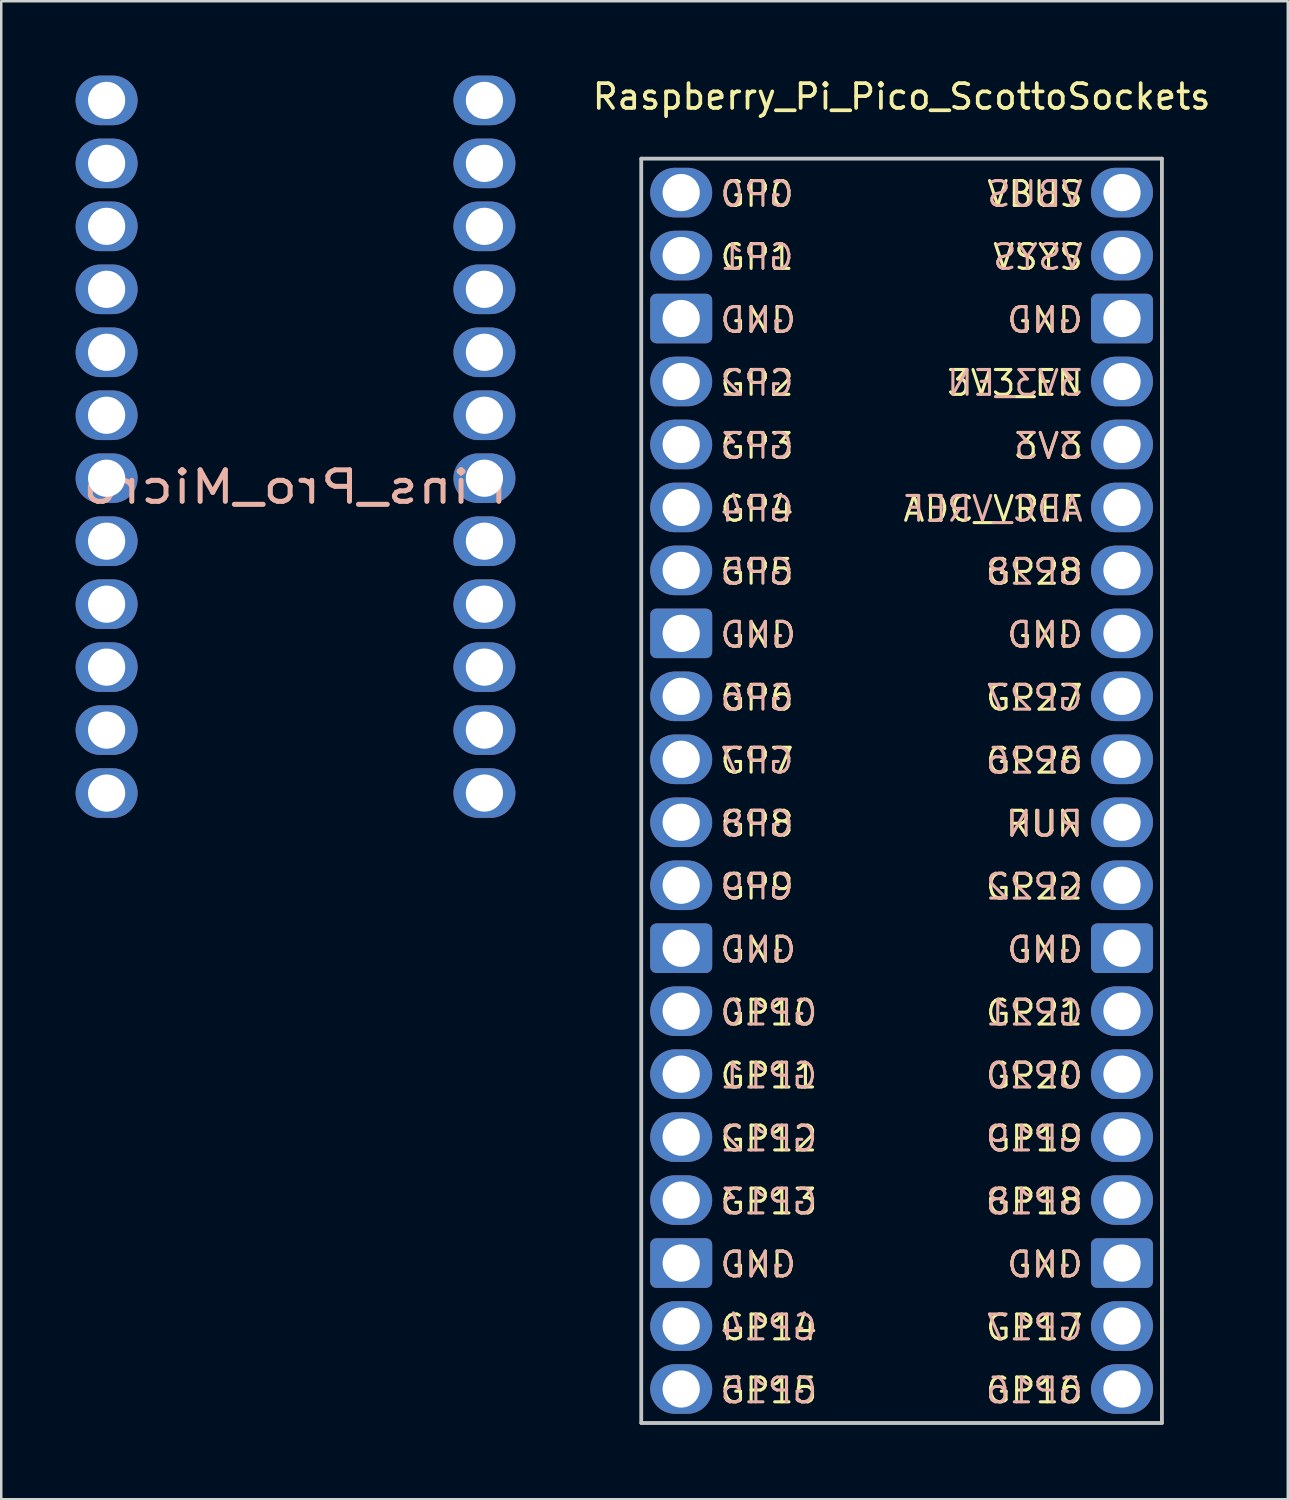
<source format=kicad_pcb>
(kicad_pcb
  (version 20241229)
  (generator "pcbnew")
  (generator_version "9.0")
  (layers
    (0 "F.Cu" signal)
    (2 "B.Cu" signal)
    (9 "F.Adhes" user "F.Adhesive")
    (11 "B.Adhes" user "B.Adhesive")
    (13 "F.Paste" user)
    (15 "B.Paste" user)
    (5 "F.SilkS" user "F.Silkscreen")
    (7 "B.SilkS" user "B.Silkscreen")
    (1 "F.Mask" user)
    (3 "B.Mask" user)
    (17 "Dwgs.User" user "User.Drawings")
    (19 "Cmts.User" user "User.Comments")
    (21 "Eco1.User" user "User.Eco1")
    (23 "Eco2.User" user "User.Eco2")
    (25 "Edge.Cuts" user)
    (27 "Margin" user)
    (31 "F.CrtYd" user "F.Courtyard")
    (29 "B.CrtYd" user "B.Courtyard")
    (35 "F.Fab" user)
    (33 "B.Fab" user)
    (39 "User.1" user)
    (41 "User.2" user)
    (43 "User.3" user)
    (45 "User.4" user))
  (footprint "Pins_Pro_Micro"
    (layer "F.Cu")
    (at 8.87 14.97)
    (property "Reference" "Pins_Pro_Micro" (at 0 1.625 0) (layer "B.SilkS") (effects (font (size 1.27 1.524) (thickness 0.203)) (justify mirror)))
    (attr through_hole)
    (pad "" thru_hole oval (at -7.62 -13.97 90) (size 2 2.5) (drill 1.5) (layers "*.Cu" "*.Mask"))
    (pad "" thru_hole oval (at -7.62 -11.43 90) (size 2 2.5) (drill 1.5) (layers "*.Cu" "*.Mask"))
    (pad "" thru_hole oval (at -7.62 -8.89 90) (size 2 2.5) (drill 1.5) (layers "*.Cu" "*.Mask"))
    (pad "" thru_hole oval (at -7.62 -6.35 90) (size 2 2.5) (drill 1.5) (layers "*.Cu" "*.Mask"))
    (pad "" thru_hole oval (at -7.62 -3.81 90) (size 2 2.5) (drill 1.5) (layers "*.Cu" "*.Mask"))
    (pad "" thru_hole oval (at -7.62 -1.27 90) (size 2 2.5) (drill 1.5) (layers "*.Cu" "*.Mask"))
    (pad "" thru_hole oval (at -7.62 1.27 90) (size 2 2.5) (drill 1.5) (layers "*.Cu" "*.Mask"))
    (pad "" thru_hole oval (at -7.62 3.81 90) (size 2 2.5) (drill 1.5) (layers "*.Cu" "*.Mask"))
    (pad "" thru_hole oval (at -7.62 6.35 90) (size 2 2.5) (drill 1.5) (layers "*.Cu" "*.Mask"))
    (pad "" thru_hole oval (at -7.62 8.89 90) (size 2 2.5) (drill 1.5) (layers "*.Cu" "*.Mask"))
    (pad "" thru_hole oval (at -7.62 11.43 90) (size 2 2.5) (drill 1.5) (layers "*.Cu" "*.Mask"))
    (pad "" thru_hole oval (at -7.62 13.97 90) (size 2 2.5) (drill 1.5) (layers "*.Cu" "*.Mask"))
    (pad "" thru_hole oval (at 7.62 -13.97 90) (size 2 2.5) (drill 1.5) (layers "*.Cu" "*.Mask"))
    (pad "" thru_hole oval (at 7.62 -11.43 90) (size 2 2.5) (drill 1.5) (layers "*.Cu" "*.Mask"))
    (pad "" thru_hole oval (at 7.62 -8.89 90) (size 2 2.5) (drill 1.5) (layers "*.Cu" "*.Mask"))
    (pad "" thru_hole oval (at 7.62 -6.35 90) (size 2 2.5) (drill 1.5) (layers "*.Cu" "*.Mask"))
    (pad "" thru_hole oval (at 7.62 -3.81 90) (size 2 2.5) (drill 1.5) (layers "*.Cu" "*.Mask"))
    (pad "" thru_hole oval (at 7.62 -1.27 90) (size 2 2.5) (drill 1.5) (layers "*.Cu" "*.Mask"))
    (pad "" thru_hole oval (at 7.62 1.27 90) (size 2 2.5) (drill 1.5) (layers "*.Cu" "*.Mask"))
    (pad "" thru_hole oval (at 7.62 3.81 90) (size 2 2.5) (drill 1.5) (layers "*.Cu" "*.Mask"))
    (pad "" thru_hole oval (at 7.62 6.35 90) (size 2 2.5) (drill 1.5) (layers "*.Cu" "*.Mask"))
    (pad "" thru_hole oval (at 7.62 8.89 90) (size 2 2.5) (drill 1.5) (layers "*.Cu" "*.Mask"))
    (pad "" thru_hole oval (at 7.62 11.43 90) (size 2 2.5) (drill 1.5) (layers "*.Cu" "*.Mask"))
    (pad "" thru_hole oval (at 7.62 13.97 90) (size 2 2.5) (drill 1.5) (layers "*.Cu" "*.Mask")))
  (footprint "Raspberry_Pi_Pico_ScottoSockets"
    (layer "F.Cu")
    (at 33.317 28.848)
    (property "Reference" "Raspberry_Pi_Pico_ScottoSockets" (at 0 -28 0) (layer "F.SilkS") (effects (font (size 1 1) (thickness 0.15))))
    (attr through_hole)
    (fp_line (start -10.5 -25.5) (end -10.5 25.5) (stroke (width 0.15) (type solid)) (layer "Dwgs.User"))
    (fp_line (start -10.5 -25.5) (end 10.5 -25.5) (stroke (width 0.15) (type solid)) (layer "Dwgs.User"))
    (fp_line (start 10.5 -25.5) (end 10.5 25.5) (stroke (width 0.15) (type solid)) (layer "Dwgs.User"))
    (fp_line (start 10.5 25.5) (end -10.5 25.5) (stroke (width 0.15) (type solid)) (layer "Dwgs.User"))
    (fp_line (start -10.5 -25.5) (end 10.5 -25.5) (stroke (width 0.12) (type solid)) (layer "F.Fab"))
    (fp_line (start -10.5 25.5) (end -10.5 -25.5) (stroke (width 0.12) (type solid)) (layer "F.Fab"))
    (fp_line (start 10.5 -25.5) (end 10.5 25.5) (stroke (width 0.12) (type solid)) (layer "F.Fab"))
    (fp_line (start 10.5 25.5) (end -10.5 25.5) (stroke (width 0.12) (type solid)) (layer "F.Fab"))
    (fp_text user "GP12" (at -7.39 14.03 0) (unlocked yes) (layer "F.SilkS") (effects (font (size 1 1) (thickness 0.125)) (justify left)))
    (fp_text user "GP17" (at 7.39 21.65 0) (unlocked yes) (layer "F.SilkS") (effects (font (size 1 1) (thickness 0.125)) (justify right)))
    (fp_text user "GP6" (at -7.39 -3.75 0) (unlocked yes) (layer "F.SilkS") (effects (font (size 1 1) (thickness 0.125)) (justify left)))
    (fp_text user "GP2" (at -7.39 -16.45 0) (unlocked yes) (layer "F.SilkS") (effects (font (size 1 1) (thickness 0.125)) (justify left)))
    (fp_text user "GP15" (at -7.39 24.19 0) (unlocked yes) (layer "F.SilkS") (effects (font (size 1 1) (thickness 0.125)) (justify left)))
    (fp_text user "GP9" (at -7.39 3.87 0) (unlocked yes) (layer "F.SilkS") (effects (font (size 1 1) (thickness 0.125)) (justify left)))
    (fp_text user "ADC_VREF" (at 7.39 -11.37 0) (unlocked yes) (layer "F.SilkS") (effects (font (size 1 1) (thickness 0.125)) (justify right)))
    (fp_text user "GND" (at 7.39 19.11 0) (unlocked yes) (layer "F.SilkS") (effects (font (size 1 1) (thickness 0.125)) (justify right)))
    (fp_text user "3V3" (at 7.39 -13.91 0) (unlocked yes) (layer "F.SilkS") (effects (font (size 1 1) (thickness 0.125)) (justify right)))
    (fp_text user "GP21" (at 7.39 8.95 0) (unlocked yes) (layer "F.SilkS") (effects (font (size 1 1) (thickness 0.125)) (justify right)))
    (fp_text user "GND" (at -7.39 19.11 0) (unlocked yes) (layer "F.SilkS") (effects (font (size 1 1) (thickness 0.125)) (justify left)))
    (fp_text user "GND" (at 7.39 -6.29 0) (unlocked yes) (layer "F.SilkS") (effects (font (size 1 1) (thickness 0.125)) (justify right)))
    (fp_text user "GP22" (at 7.39 3.87 0) (unlocked yes) (layer "F.SilkS") (effects (font (size 1 1) (thickness 0.125)) (justify right)))
    (fp_text user "GP14" (at -7.39 21.65 0) (unlocked yes) (layer "F.SilkS") (effects (font (size 1 1) (thickness 0.125)) (justify left)))
    (fp_text user "VSYS" (at 7.39 -21.53 0) (unlocked yes) (layer "F.SilkS") (effects (font (size 1 1) (thickness 0.125)) (justify right)))
    (fp_text user "GP7" (at -7.39 -1.21 0) (unlocked yes) (layer "F.SilkS") (effects (font (size 1 1) (thickness 0.125)) (justify left)))
    (fp_text user "GP5" (at -7.39 -8.83 0) (unlocked yes) (layer "F.SilkS") (effects (font (size 1 1) (thickness 0.125)) (justify left)))
    (fp_text user "GP20" (at 7.39 11.49 0) (unlocked yes) (layer "F.SilkS") (effects (font (size 1 1) (thickness 0.125)) (justify right)))
    (fp_text user "GP11" (at -7.39 11.49 0) (unlocked yes) (layer "F.SilkS") (effects (font (size 1 1) (thickness 0.125)) (justify left)))
    (fp_text user "GP27" (at 7.39 -3.75 0) (unlocked yes) (layer "F.SilkS") (effects (font (size 1 1) (thickness 0.125)) (justify right)))
    (fp_text user "GP16" (at 7.39 24.19 0) (unlocked yes) (layer "F.SilkS") (effects (font (size 1 1) (thickness 0.125)) (justify right)))
    (fp_text user "RUN" (at 7.39 1.33 0) (unlocked yes) (layer "F.SilkS") (effects (font (size 1 1) (thickness 0.125)) (justify right)))
    (fp_text user "GP13" (at -7.39 16.57 0) (unlocked yes) (layer "F.SilkS") (effects (font (size 1 1) (thickness 0.125)) (justify left)))
    (fp_text user "GND" (at -7.39 -18.99 0) (unlocked yes) (layer "F.SilkS") (effects (font (size 1 1) (thickness 0.125)) (justify left)))
    (fp_text user "GP0" (at -7.39 -24.07 0) (unlocked yes) (layer "F.SilkS") (effects (font (size 1 1) (thickness 0.125)) (justify left)))
    (fp_text user "GP10" (at -7.39 8.95 0) (unlocked yes) (layer "F.SilkS") (effects (font (size 1 1) (thickness 0.125)) (justify left)))
    (fp_text user "GP1" (at -7.39 -21.53 0) (unlocked yes) (layer "F.SilkS") (effects (font (size 1 1) (thickness 0.125)) (justify left)))
    (fp_text user "GP8" (at -7.39 1.33 0) (unlocked yes) (layer "F.SilkS") (effects (font (size 1 1) (thickness 0.125)) (justify left)))
    (fp_text user "GP3" (at -7.39 -13.91 0) (unlocked yes) (layer "F.SilkS") (effects (font (size 1 1) (thickness 0.125)) (justify left)))
    (fp_text user "GP28" (at 7.39 -8.83 0) (unlocked yes) (layer "F.SilkS") (effects (font (size 1 1) (thickness 0.125)) (justify right)))
    (fp_text user "GND" (at 7.39 -18.99 0) (unlocked yes) (layer "F.SilkS") (effects (font (size 1 1) (thickness 0.125)) (justify right)))
    (fp_text user "3V3_EN" (at 7.39 -16.45 0) (unlocked yes) (layer "F.SilkS") (effects (font (size 1 1) (thickness 0.125)) (justify right)))
    (fp_text user "GND" (at -7.39 6.41 0) (unlocked yes) (layer "F.SilkS") (effects (font (size 1 1) (thickness 0.125)) (justify left)))
    (fp_text user "GND" (at -7.39 -6.29 0) (unlocked yes) (layer "F.SilkS") (effects (font (size 1 1) (thickness 0.125)) (justify left)))
    (fp_text user "GP26" (at 7.39 -1.21 0) (unlocked yes) (layer "F.SilkS") (effects (font (size 1 1) (thickness 0.125)) (justify right)))
    (fp_text user "VBUS" (at 7.39 -24.07 0) (unlocked yes) (layer "F.SilkS") (effects (font (size 1 1) (thickness 0.125)) (justify right)))
    (fp_text user "GP4" (at -7.39 -11.37 0) (unlocked yes) (layer "F.SilkS") (effects (font (size 1 1) (thickness 0.125)) (justify left)))
    (fp_text user "GP18" (at 7.39 16.57 0) (unlocked yes) (layer "F.SilkS") (effects (font (size 1 1) (thickness 0.125)) (justify right)))
    (fp_text user "GP19" (at 7.39 14.03 0) (unlocked yes) (layer "F.SilkS") (effects (font (size 1 1) (thickness 0.125)) (justify right)))
    (fp_text user "GND" (at 7.39 6.41 0) (unlocked yes) (layer "F.SilkS") (effects (font (size 1 1) (thickness 0.125)) (justify right)))
    (fp_text user "GND" (at 7.39 -18.99 0) (unlocked yes) (layer "B.SilkS") (effects (font (size 1 1) (thickness 0.125)) (justify left mirror)))
    (fp_text user "GND" (at -7.39 6.41 0) (unlocked yes) (layer "B.SilkS") (effects (font (size 1 1) (thickness 0.125)) (justify right mirror)))
    (fp_text user "3V3" (at 7.39 -13.91 0) (unlocked yes) (layer "B.SilkS") (effects (font (size 1 1) (thickness 0.125)) (justify left mirror)))
    (fp_text user "GP1" (at -7.39 -21.53 0) (unlocked yes) (layer "B.SilkS") (effects (font (size 1 1) (thickness 0.125)) (justify right mirror)))
    (fp_text user "GND" (at -7.39 -6.29 0) (unlocked yes) (layer "B.SilkS") (effects (font (size 1 1) (thickness 0.125)) (justify right mirror)))
    (fp_text user "GP15" (at -7.39 24.19 0) (unlocked yes) (layer "B.SilkS") (effects (font (size 1 1) (thickness 0.125)) (justify right mirror)))
    (fp_text user "GP14" (at -7.39 21.65 0) (unlocked yes) (layer "B.SilkS") (effects (font (size 1 1) (thickness 0.125)) (justify right mirror)))
    (fp_text user "GP19" (at 7.39 14.03 0) (unlocked yes) (layer "B.SilkS") (effects (font (size 1 1) (thickness 0.125)) (justify left mirror)))
    (fp_text user "VBUS" (at 7.39 -24.07 0) (unlocked yes) (layer "B.SilkS") (effects (font (size 1 1) (thickness 0.125)) (justify left mirror)))
    (fp_text user "GP17" (at 7.39 21.65 0) (unlocked yes) (layer "B.SilkS") (effects (font (size 1 1) (thickness 0.125)) (justify left mirror)))
    (fp_text user "GP5" (at -7.39 -8.83 0) (unlocked yes) (layer "B.SilkS") (effects (font (size 1 1) (thickness 0.125)) (justify right mirror)))
    (fp_text user "GP12" (at -7.39 14.03 0) (unlocked yes) (layer "B.SilkS") (effects (font (size 1 1) (thickness 0.125)) (justify right mirror)))
    (fp_text user "GP0" (at -7.39 -24.07 0) (unlocked yes) (layer "B.SilkS") (effects (font (size 1 1) (thickness 0.125)) (justify right mirror)))
    (fp_text user "GND" (at 7.39 -6.29 0) (unlocked yes) (layer "B.SilkS") (effects (font (size 1 1) (thickness 0.125)) (justify left mirror)))
    (fp_text user "GP7" (at -7.39 -1.21 0) (unlocked yes) (layer "B.SilkS") (effects (font (size 1 1) (thickness 0.125)) (justify right mirror)))
    (fp_text user "GP22" (at 7.39 3.87 0) (unlocked yes) (layer "B.SilkS") (effects (font (size 1 1) (thickness 0.125)) (justify left mirror)))
    (fp_text user "GND" (at -7.39 -18.99 0) (unlocked yes) (layer "B.SilkS") (effects (font (size 1 1) (thickness 0.125)) (justify right mirror)))
    (fp_text user "RUN" (at 7.39 1.33 0) (unlocked yes) (layer "B.SilkS") (effects (font (size 1 1) (thickness 0.125)) (justify left mirror)))
    (fp_text user "GP4" (at -7.39 -11.37 0) (unlocked yes) (layer "B.SilkS") (effects (font (size 1 1) (thickness 0.125)) (justify right mirror)))
    (fp_text user "VSYS" (at 7.39 -21.53 0) (unlocked yes) (layer "B.SilkS") (effects (font (size 1 1) (thickness 0.125)) (justify left mirror)))
    (fp_text user "GP18" (at 7.39 16.57 0) (unlocked yes) (layer "B.SilkS") (effects (font (size 1 1) (thickness 0.125)) (justify left mirror)))
    (fp_text user "GP27" (at 7.39 -3.75 0) (unlocked yes) (layer "B.SilkS") (effects (font (size 1 1) (thickness 0.125)) (justify left mirror)))
    (fp_text user "GP28" (at 7.39 -8.83 0) (unlocked yes) (layer "B.SilkS") (effects (font (size 1 1) (thickness 0.125)) (justify left mirror)))
    (fp_text user "GP2" (at -7.39 -16.45 0) (unlocked yes) (layer "B.SilkS") (effects (font (size 1 1) (thickness 0.125)) (justify right mirror)))
    (fp_text user "GP26" (at 7.39 -1.21 0) (unlocked yes) (layer "B.SilkS") (effects (font (size 1 1) (thickness 0.125)) (justify left mirror)))
    (fp_text user "GP10" (at -7.39 8.95 0) (unlocked yes) (layer "B.SilkS") (effects (font (size 1 1) (thickness 0.125)) (justify right mirror)))
    (fp_text user "GND" (at 7.39 19.11 0) (unlocked yes) (layer "B.SilkS") (effects (font (size 1 1) (thickness 0.125)) (justify left mirror)))
    (fp_text user "GP3" (at -7.39 -13.91 0) (unlocked yes) (layer "B.SilkS") (effects (font (size 1 1) (thickness 0.125)) (justify right mirror)))
    (fp_text user "GP21" (at 7.39 8.95 0) (unlocked yes) (layer "B.SilkS") (effects (font (size 1 1) (thickness 0.125)) (justify left mirror)))
    (fp_text user "ADC_VREF" (at 7.39 -11.37 0) (unlocked yes) (layer "B.SilkS") (effects (font (size 1 1) (thickness 0.125)) (justify left mirror)))
    (fp_text user "GP16" (at 7.39 24.19 0) (unlocked yes) (layer "B.SilkS") (effects (font (size 1 1) (thickness 0.125)) (justify left mirror)))
    (fp_text user "GP9" (at -7.39 3.87 0) (unlocked yes) (layer "B.SilkS") (effects (font (size 1 1) (thickness 0.125)) (justify right mirror)))
    (fp_text user "GP20" (at 7.39 11.49 0) (unlocked yes) (layer "B.SilkS") (effects (font (size 1 1) (thickness 0.125)) (justify left mirror)))
    (fp_text user "GP8" (at -7.39 1.33 0) (unlocked yes) (layer "B.SilkS") (effects (font (size 1 1) (thickness 0.125)) (justify right mirror)))
    (fp_text user "3V3_EN" (at 7.39 -16.45 0) (unlocked yes) (layer "B.SilkS") (effects (font (size 1 1) (thickness 0.125)) (justify left mirror)))
    (fp_text user "GP6" (at -7.39 -3.75 0) (unlocked yes) (layer "B.SilkS") (effects (font (size 1 1) (thickness 0.125)) (justify right mirror)))
    (fp_text user "GND" (at 7.39 6.41 0) (unlocked yes) (layer "B.SilkS") (effects (font (size 1 1) (thickness 0.125)) (justify left mirror)))
    (fp_text user "GND" (at -7.39 19.11 0) (unlocked yes) (layer "B.SilkS") (effects (font (size 1 1) (thickness 0.125)) (justify right mirror)))
    (fp_text user "GP11" (at -7.39 11.49 0) (unlocked yes) (layer "B.SilkS") (effects (font (size 1 1) (thickness 0.125)) (justify right mirror)))
    (fp_text user "GP13" (at -7.39 16.57 0) (unlocked yes) (layer "B.SilkS") (effects (font (size 1 1) (thickness 0.125)) (justify right mirror)))
    (pad "1" thru_hole oval (at -8.89 -24.13) (size 2.5 2) (drill 1.5) (layers "*.Cu" "*.Mask"))
    (pad "2" thru_hole oval (at -8.89 -21.59) (size 2.5 2) (drill 1.5) (layers "*.Cu" "*.Mask"))
    (pad "3" thru_hole roundrect (at -8.89 -19.05) (size 2.5 2) (drill 1.5) (layers "*.Cu" "*.Mask") (roundrect_rratio 0.125))
    (pad "4" thru_hole oval (at -8.89 -16.51) (size 2.5 2) (drill 1.5) (layers "*.Cu" "*.Mask"))
    (pad "5" thru_hole oval (at -8.89 -13.97) (size 2.5 2) (drill 1.5) (layers "*.Cu" "*.Mask"))
    (pad "6" thru_hole oval (at -8.89 -11.43) (size 2.5 2) (drill 1.5) (layers "*.Cu" "*.Mask"))
    (pad "7" thru_hole oval (at -8.89 -8.89) (size 2.5 2) (drill 1.5) (layers "*.Cu" "*.Mask"))
    (pad "8" thru_hole roundrect (at -8.89 -6.35) (size 2.5 2) (drill 1.5) (layers "*.Cu" "*.Mask") (roundrect_rratio 0.125))
    (pad "9" thru_hole oval (at -8.89 -3.81) (size 2.5 2) (drill 1.5) (layers "*.Cu" "*.Mask"))
    (pad "10" thru_hole oval (at -8.89 -1.27) (size 2.5 2) (drill 1.5) (layers "*.Cu" "*.Mask"))
    (pad "11" thru_hole oval (at -8.89 1.27) (size 2.5 2) (drill 1.5) (layers "*.Cu" "*.Mask"))
    (pad "12" thru_hole oval (at -8.89 3.81) (size 2.5 2) (drill 1.5) (layers "*.Cu" "*.Mask"))
    (pad "13" thru_hole roundrect (at -8.89 6.35) (size 2.5 2) (drill 1.5) (layers "*.Cu" "*.Mask") (roundrect_rratio 0.125))
    (pad "14" thru_hole oval (at -8.89 8.89) (size 2.5 2) (drill 1.5) (layers "*.Cu" "*.Mask"))
    (pad "15" thru_hole oval (at -8.89 11.43) (size 2.5 2) (drill 1.5) (layers "*.Cu" "*.Mask"))
    (pad "16" thru_hole oval (at -8.89 13.97) (size 2.5 2) (drill 1.5) (layers "*.Cu" "*.Mask"))
    (pad "17" thru_hole oval (at -8.89 16.51) (size 2.5 2) (drill 1.5) (layers "*.Cu" "*.Mask"))
    (pad "18" thru_hole roundrect (at -8.89 19.05) (size 2.5 2) (drill 1.5) (layers "*.Cu" "*.Mask") (roundrect_rratio 0.125))
    (pad "19" thru_hole oval (at -8.89 21.59) (size 2.5 2) (drill 1.5) (layers "*.Cu" "*.Mask"))
    (pad "20" thru_hole oval (at -8.89 24.13) (size 2.5 2) (drill 1.5) (layers "*.Cu" "*.Mask"))
    (pad "21" thru_hole oval (at 8.89 24.13) (size 2.5 2) (drill 1.5) (layers "*.Cu" "*.Mask"))
    (pad "22" thru_hole oval (at 8.89 21.59) (size 2.5 2) (drill 1.5) (layers "*.Cu" "*.Mask"))
    (pad "23" thru_hole roundrect (at 8.89 19.05) (size 2.5 2) (drill 1.5) (layers "*.Cu" "*.Mask") (roundrect_rratio 0.125))
    (pad "24" thru_hole oval (at 8.89 16.51) (size 2.5 2) (drill 1.5) (layers "*.Cu" "*.Mask"))
    (pad "25" thru_hole oval (at 8.89 13.97) (size 2.5 2) (drill 1.5) (layers "*.Cu" "*.Mask"))
    (pad "26" thru_hole oval (at 8.89 11.43) (size 2.5 2) (drill 1.5) (layers "*.Cu" "*.Mask"))
    (pad "27" thru_hole oval (at 8.89 8.89) (size 2.5 2) (drill 1.5) (layers "*.Cu" "*.Mask"))
    (pad "28" thru_hole roundrect (at 8.89 6.35) (size 2.5 2) (drill 1.5) (layers "*.Cu" "*.Mask") (roundrect_rratio 0.125))
    (pad "29" thru_hole oval (at 8.89 3.81) (size 2.5 2) (drill 1.5) (layers "*.Cu" "*.Mask"))
    (pad "30" thru_hole oval (at 8.89 1.27) (size 2.5 2) (drill 1.5) (layers "*.Cu" "*.Mask"))
    (pad "31" thru_hole oval (at 8.89 -1.27) (size 2.5 2) (drill 1.5) (layers "*.Cu" "*.Mask"))
    (pad "32" thru_hole oval (at 8.89 -3.81) (size 2.5 2) (drill 1.5) (layers "*.Cu" "*.Mask"))
    (pad "33" thru_hole oval (at 8.89 -6.35) (size 2.5 2) (drill 1.5) (layers "*.Cu" "*.Mask"))
    (pad "34" thru_hole oval (at 8.89 -8.89) (size 2.5 2) (drill 1.5) (layers "*.Cu" "*.Mask"))
    (pad "35" thru_hole oval (at 8.89 -11.43) (size 2.5 2) (drill 1.5) (layers "*.Cu" "*.Mask"))
    (pad "36" thru_hole oval (at 8.89 -13.97) (size 2.5 2) (drill 1.5) (layers "*.Cu" "*.Mask"))
    (pad "37" thru_hole oval (at 8.89 -16.51) (size 2.5 2) (drill 1.5) (layers "*.Cu" "*.Mask"))
    (pad "38" thru_hole roundrect (at 8.89 -19.05) (size 2.5 2) (drill 1.5) (layers "*.Cu" "*.Mask") (roundrect_rratio 0.125))
    (pad "39" thru_hole oval (at 8.89 -21.59) (size 2.5 2) (drill 1.5) (layers "*.Cu" "*.Mask"))
    (pad "40" thru_hole oval (at 8.89 -24.13) (size 2.5 2) (drill 1.5) (layers "*.Cu" "*.Mask")))
  (gr_rect
    (start -3 -3)
    (end 48.895 57.423)
    (stroke (width 0.1) (type default))
    (fill no)
    (layer "Edge.Cuts")))
</source>
